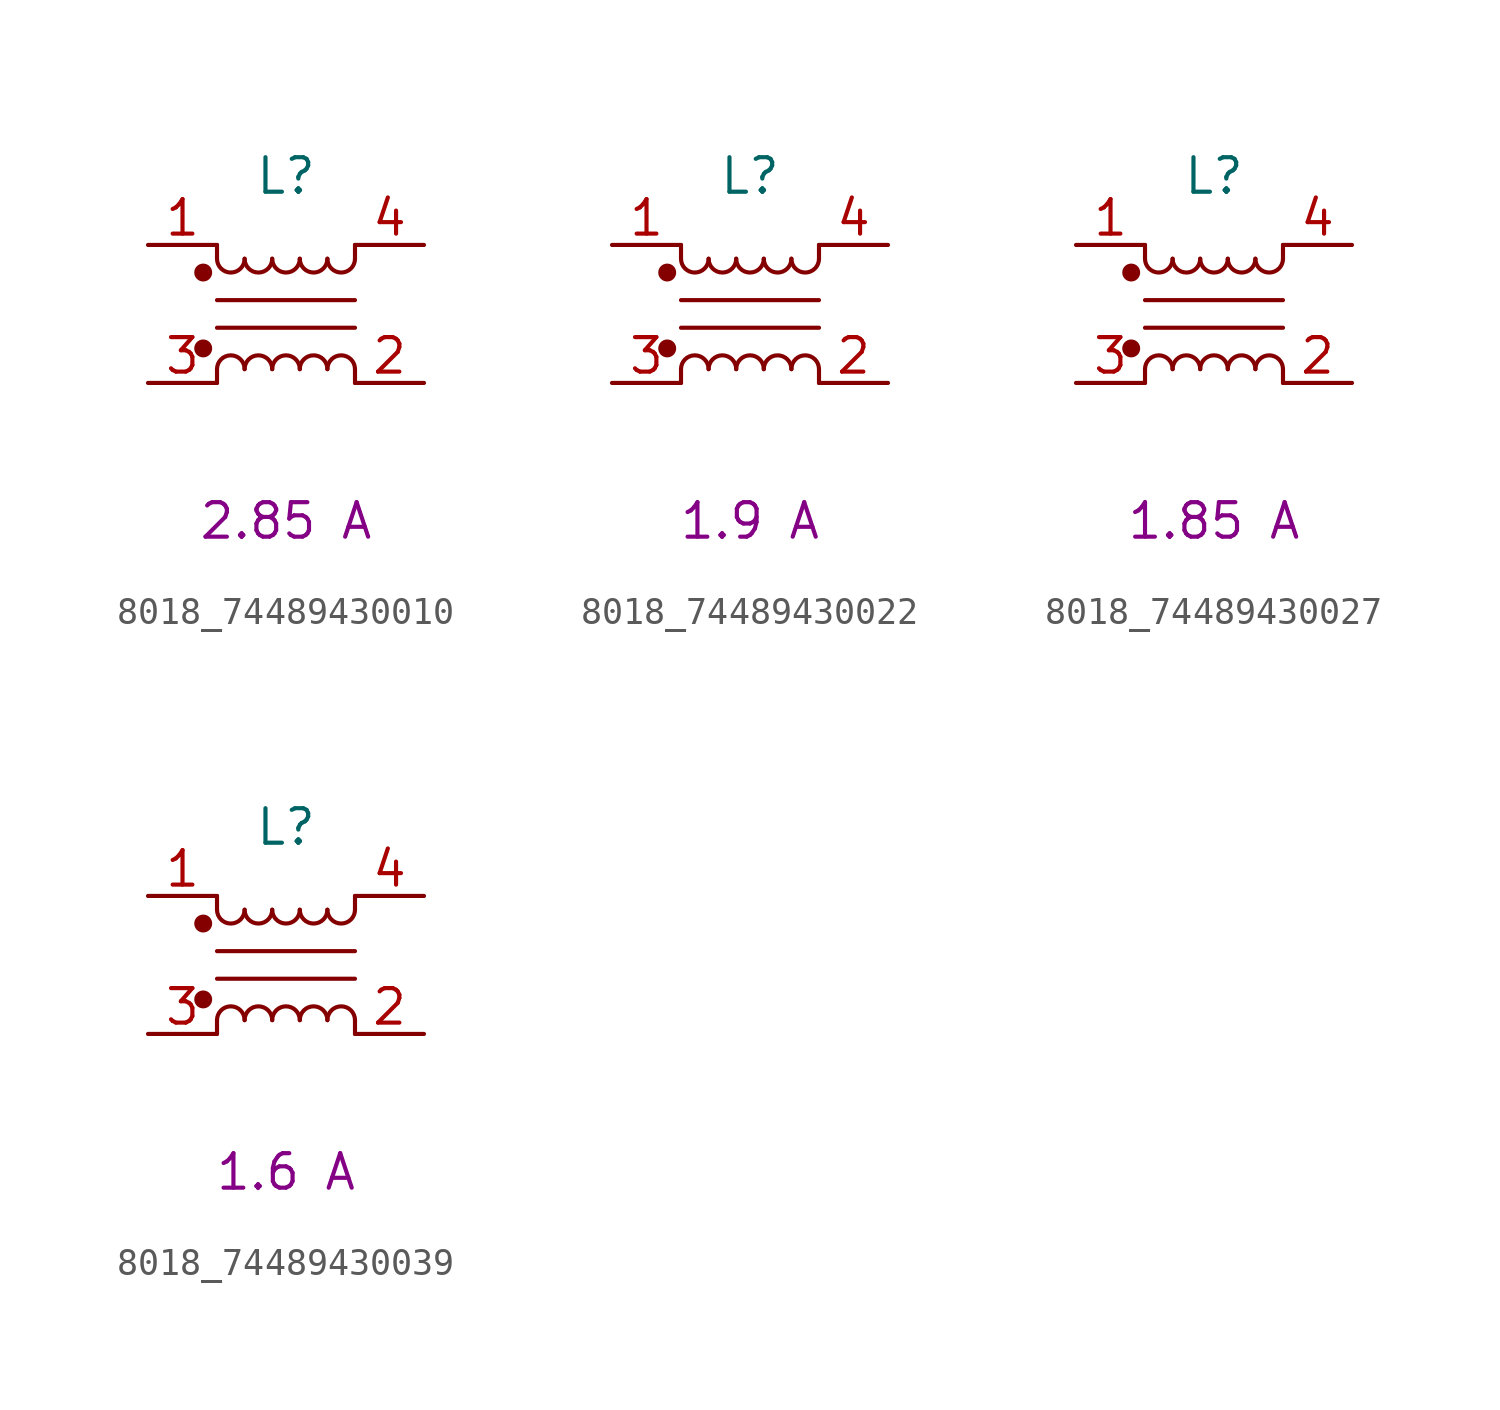
<source format=kicad_sym>
(kicad_symbol_lib
  (version 20220914)
  (generator kicad_symbol_editor)
  (symbol "8018_74489430010"
    (pin_names hide)
    (property "Reference" "L"
      (at 0 5.08 0)
      (effects (font (size 1.27 1.27))))
    (property "Critical Parameter" "2.85 A"
      (at 0 -7.62 0)
      (effects (font (size 1.27 1.27))))
    (symbol "8018_74489430010_0_1"
      (circle (center -3.048 -1.27) (radius 0.254) (stroke (width 0) (type default)) (fill (type outline)))
      (circle (center -3.048 1.524) (radius 0.254) (stroke (width 0) (type default)) (fill (type outline)))
      (arc (start -2.54 2.032) (mid -2.032 1.5262) (end -1.524 2.032) (stroke (width 0) (type default)) (fill (type none)))
      (arc (start -1.524 -2.032) (mid -2.032 -1.5262) (end -2.54 -2.032) (stroke (width 0) (type default)) (fill (type none)))
      (arc (start -1.524 2.032) (mid -1.016 1.5262) (end -0.508 2.032) (stroke (width 0) (type default)) (fill (type none)))
      (arc (start -0.508 -2.032) (mid -1.016 -1.5262) (end -1.524 -2.032) (stroke (width 0) (type default)) (fill (type none)))
      (arc (start -0.508 2.032) (mid 0 1.5262) (end 0.508 2.032) (stroke (width 0) (type default)) (fill (type none)))
      (polyline (pts (xy -2.54 -2.032) (xy -2.54 -2.54)) (stroke (width 0) (type default)) (fill (type none)))
      (polyline (pts (xy -2.54 0.508) (xy 2.54 0.508)) (stroke (width 0) (type default)) (fill (type none)))
      (polyline (pts (xy -2.54 2.032) (xy -2.54 2.54)) (stroke (width 0) (type default)) (fill (type none)))
      (polyline (pts (xy 2.54 -2.032) (xy 2.54 -2.54)) (stroke (width 0) (type default)) (fill (type none)))
      (polyline (pts (xy 2.54 -0.508) (xy -2.54 -0.508)) (stroke (width 0) (type default)) (fill (type none)))
      (polyline (pts (xy 2.54 2.54) (xy 2.54 2.032)) (stroke (width 0) (type default)) (fill (type none)))
      (arc (start 0.508 -2.032) (mid 0 -1.5262) (end -0.508 -2.032) (stroke (width 0) (type default)) (fill (type none)))
      (arc (start 0.508 2.032) (mid 1.016 1.5262) (end 1.524 2.032) (stroke (width 0) (type default)) (fill (type none)))
      (arc (start 1.524 -2.032) (mid 1.016 -1.5262) (end 0.508 -2.032) (stroke (width 0) (type default)) (fill (type none)))
      (arc (start 1.524 2.032) (mid 2.032 1.5262) (end 2.54 2.032) (stroke (width 0) (type default)) (fill (type none)))
      (arc (start 2.54 -2.032) (mid 2.032 -1.5262) (end 1.524 -2.032) (stroke (width 0) (type default)) (fill (type none))))
    (symbol "8018_74489430010_1_1"
      (pin passive line (at -5.08 2.54 0) (length 2.54) (name "1" (effects (font (size 1.27 1.27)))) (number "1" (effects (font (size 1.27 1.27)))))
      (pin passive line (at 5.08 -2.54 180) (length 2.54) (name "2" (effects (font (size 1.27 1.27)))) (number "2" (effects (font (size 1.27 1.27)))))
      (pin passive line (at -5.08 -2.54 0) (length 2.54) (name "3" (effects (font (size 1.27 1.27)))) (number "3" (effects (font (size 1.27 1.27)))))
      (pin passive line (at 5.08 2.54 180) (length 2.54) (name "4" (effects (font (size 1.27 1.27)))) (number "4" (effects (font (size 1.27 1.27)))))))
  (symbol "8018_74489430022"
    (pin_names hide)
    (property "Reference" "L"
      (at 0 5.08 0)
      (effects (font (size 1.27 1.27))))
    (property "Critical Parameter" "1.9 A"
      (at 0 -7.62 0)
      (effects (font (size 1.27 1.27))))
    (symbol "8018_74489430022_0_1"
      (circle (center -3.048 -1.27) (radius 0.254) (stroke (width 0) (type default)) (fill (type outline)))
      (circle (center -3.048 1.524) (radius 0.254) (stroke (width 0) (type default)) (fill (type outline)))
      (arc (start -2.54 2.032) (mid -2.032 1.5262) (end -1.524 2.032) (stroke (width 0) (type default)) (fill (type none)))
      (arc (start -1.524 -2.032) (mid -2.032 -1.5262) (end -2.54 -2.032) (stroke (width 0) (type default)) (fill (type none)))
      (arc (start -1.524 2.032) (mid -1.016 1.5262) (end -0.508 2.032) (stroke (width 0) (type default)) (fill (type none)))
      (arc (start -0.508 -2.032) (mid -1.016 -1.5262) (end -1.524 -2.032) (stroke (width 0) (type default)) (fill (type none)))
      (arc (start -0.508 2.032) (mid 0 1.5262) (end 0.508 2.032) (stroke (width 0) (type default)) (fill (type none)))
      (polyline (pts (xy -2.54 -2.032) (xy -2.54 -2.54)) (stroke (width 0) (type default)) (fill (type none)))
      (polyline (pts (xy -2.54 0.508) (xy 2.54 0.508)) (stroke (width 0) (type default)) (fill (type none)))
      (polyline (pts (xy -2.54 2.032) (xy -2.54 2.54)) (stroke (width 0) (type default)) (fill (type none)))
      (polyline (pts (xy 2.54 -2.032) (xy 2.54 -2.54)) (stroke (width 0) (type default)) (fill (type none)))
      (polyline (pts (xy 2.54 -0.508) (xy -2.54 -0.508)) (stroke (width 0) (type default)) (fill (type none)))
      (polyline (pts (xy 2.54 2.54) (xy 2.54 2.032)) (stroke (width 0) (type default)) (fill (type none)))
      (arc (start 0.508 -2.032) (mid 0 -1.5262) (end -0.508 -2.032) (stroke (width 0) (type default)) (fill (type none)))
      (arc (start 0.508 2.032) (mid 1.016 1.5262) (end 1.524 2.032) (stroke (width 0) (type default)) (fill (type none)))
      (arc (start 1.524 -2.032) (mid 1.016 -1.5262) (end 0.508 -2.032) (stroke (width 0) (type default)) (fill (type none)))
      (arc (start 1.524 2.032) (mid 2.032 1.5262) (end 2.54 2.032) (stroke (width 0) (type default)) (fill (type none)))
      (arc (start 2.54 -2.032) (mid 2.032 -1.5262) (end 1.524 -2.032) (stroke (width 0) (type default)) (fill (type none))))
    (symbol "8018_74489430022_1_1"
      (pin passive line (at -5.08 2.54 0) (length 2.54) (name "1" (effects (font (size 1.27 1.27)))) (number "1" (effects (font (size 1.27 1.27)))))
      (pin passive line (at 5.08 -2.54 180) (length 2.54) (name "2" (effects (font (size 1.27 1.27)))) (number "2" (effects (font (size 1.27 1.27)))))
      (pin passive line (at -5.08 -2.54 0) (length 2.54) (name "3" (effects (font (size 1.27 1.27)))) (number "3" (effects (font (size 1.27 1.27)))))
      (pin passive line (at 5.08 2.54 180) (length 2.54) (name "4" (effects (font (size 1.27 1.27)))) (number "4" (effects (font (size 1.27 1.27)))))))
  (symbol "8018_74489430027"
    (pin_names hide)
    (property "Reference" "L"
      (at 0 5.08 0)
      (effects (font (size 1.27 1.27))))
    (property "Critical Parameter" "1.85 A"
      (at 0 -7.62 0)
      (effects (font (size 1.27 1.27))))
    (symbol "8018_74489430027_0_1"
      (circle (center -3.048 -1.27) (radius 0.254) (stroke (width 0) (type default)) (fill (type outline)))
      (circle (center -3.048 1.524) (radius 0.254) (stroke (width 0) (type default)) (fill (type outline)))
      (arc (start -2.54 2.032) (mid -2.032 1.5262) (end -1.524 2.032) (stroke (width 0) (type default)) (fill (type none)))
      (arc (start -1.524 -2.032) (mid -2.032 -1.5262) (end -2.54 -2.032) (stroke (width 0) (type default)) (fill (type none)))
      (arc (start -1.524 2.032) (mid -1.016 1.5262) (end -0.508 2.032) (stroke (width 0) (type default)) (fill (type none)))
      (arc (start -0.508 -2.032) (mid -1.016 -1.5262) (end -1.524 -2.032) (stroke (width 0) (type default)) (fill (type none)))
      (arc (start -0.508 2.032) (mid 0 1.5262) (end 0.508 2.032) (stroke (width 0) (type default)) (fill (type none)))
      (polyline (pts (xy -2.54 -2.032) (xy -2.54 -2.54)) (stroke (width 0) (type default)) (fill (type none)))
      (polyline (pts (xy -2.54 0.508) (xy 2.54 0.508)) (stroke (width 0) (type default)) (fill (type none)))
      (polyline (pts (xy -2.54 2.032) (xy -2.54 2.54)) (stroke (width 0) (type default)) (fill (type none)))
      (polyline (pts (xy 2.54 -2.032) (xy 2.54 -2.54)) (stroke (width 0) (type default)) (fill (type none)))
      (polyline (pts (xy 2.54 -0.508) (xy -2.54 -0.508)) (stroke (width 0) (type default)) (fill (type none)))
      (polyline (pts (xy 2.54 2.54) (xy 2.54 2.032)) (stroke (width 0) (type default)) (fill (type none)))
      (arc (start 0.508 -2.032) (mid 0 -1.5262) (end -0.508 -2.032) (stroke (width 0) (type default)) (fill (type none)))
      (arc (start 0.508 2.032) (mid 1.016 1.5262) (end 1.524 2.032) (stroke (width 0) (type default)) (fill (type none)))
      (arc (start 1.524 -2.032) (mid 1.016 -1.5262) (end 0.508 -2.032) (stroke (width 0) (type default)) (fill (type none)))
      (arc (start 1.524 2.032) (mid 2.032 1.5262) (end 2.54 2.032) (stroke (width 0) (type default)) (fill (type none)))
      (arc (start 2.54 -2.032) (mid 2.032 -1.5262) (end 1.524 -2.032) (stroke (width 0) (type default)) (fill (type none))))
    (symbol "8018_74489430027_1_1"
      (pin passive line (at -5.08 2.54 0) (length 2.54) (name "1" (effects (font (size 1.27 1.27)))) (number "1" (effects (font (size 1.27 1.27)))))
      (pin passive line (at 5.08 -2.54 180) (length 2.54) (name "2" (effects (font (size 1.27 1.27)))) (number "2" (effects (font (size 1.27 1.27)))))
      (pin passive line (at -5.08 -2.54 0) (length 2.54) (name "3" (effects (font (size 1.27 1.27)))) (number "3" (effects (font (size 1.27 1.27)))))
      (pin passive line (at 5.08 2.54 180) (length 2.54) (name "4" (effects (font (size 1.27 1.27)))) (number "4" (effects (font (size 1.27 1.27)))))))
  (symbol "8018_74489430039"
    (pin_names hide)
    (property "Reference" "L"
      (at 0 5.08 0)
      (effects (font (size 1.27 1.27))))
    (property "Critical Parameter" "1.6 A"
      (at 0 -7.62 0)
      (effects (font (size 1.27 1.27))))
    (symbol "8018_74489430039_0_1"
      (circle (center -3.048 -1.27) (radius 0.254) (stroke (width 0) (type default)) (fill (type outline)))
      (circle (center -3.048 1.524) (radius 0.254) (stroke (width 0) (type default)) (fill (type outline)))
      (arc (start -2.54 2.032) (mid -2.032 1.5262) (end -1.524 2.032) (stroke (width 0) (type default)) (fill (type none)))
      (arc (start -1.524 -2.032) (mid -2.032 -1.5262) (end -2.54 -2.032) (stroke (width 0) (type default)) (fill (type none)))
      (arc (start -1.524 2.032) (mid -1.016 1.5262) (end -0.508 2.032) (stroke (width 0) (type default)) (fill (type none)))
      (arc (start -0.508 -2.032) (mid -1.016 -1.5262) (end -1.524 -2.032) (stroke (width 0) (type default)) (fill (type none)))
      (arc (start -0.508 2.032) (mid 0 1.5262) (end 0.508 2.032) (stroke (width 0) (type default)) (fill (type none)))
      (polyline (pts (xy -2.54 -2.032) (xy -2.54 -2.54)) (stroke (width 0) (type default)) (fill (type none)))
      (polyline (pts (xy -2.54 0.508) (xy 2.54 0.508)) (stroke (width 0) (type default)) (fill (type none)))
      (polyline (pts (xy -2.54 2.032) (xy -2.54 2.54)) (stroke (width 0) (type default)) (fill (type none)))
      (polyline (pts (xy 2.54 -2.032) (xy 2.54 -2.54)) (stroke (width 0) (type default)) (fill (type none)))
      (polyline (pts (xy 2.54 -0.508) (xy -2.54 -0.508)) (stroke (width 0) (type default)) (fill (type none)))
      (polyline (pts (xy 2.54 2.54) (xy 2.54 2.032)) (stroke (width 0) (type default)) (fill (type none)))
      (arc (start 0.508 -2.032) (mid 0 -1.5262) (end -0.508 -2.032) (stroke (width 0) (type default)) (fill (type none)))
      (arc (start 0.508 2.032) (mid 1.016 1.5262) (end 1.524 2.032) (stroke (width 0) (type default)) (fill (type none)))
      (arc (start 1.524 -2.032) (mid 1.016 -1.5262) (end 0.508 -2.032) (stroke (width 0) (type default)) (fill (type none)))
      (arc (start 1.524 2.032) (mid 2.032 1.5262) (end 2.54 2.032) (stroke (width 0) (type default)) (fill (type none)))
      (arc (start 2.54 -2.032) (mid 2.032 -1.5262) (end 1.524 -2.032) (stroke (width 0) (type default)) (fill (type none))))
    (symbol "8018_74489430039_1_1"
      (pin passive line (at -5.08 2.54 0) (length 2.54) (name "1" (effects (font (size 1.27 1.27)))) (number "1" (effects (font (size 1.27 1.27)))))
      (pin passive line (at 5.08 -2.54 180) (length 2.54) (name "2" (effects (font (size 1.27 1.27)))) (number "2" (effects (font (size 1.27 1.27)))))
      (pin passive line (at -5.08 -2.54 0) (length 2.54) (name "3" (effects (font (size 1.27 1.27)))) (number "3" (effects (font (size 1.27 1.27)))))
      (pin passive line (at 5.08 2.54 180) (length 2.54) (name "4" (effects (font (size 1.27 1.27)))) (number "4" (effects (font (size 1.27 1.27))))))))
</source>
